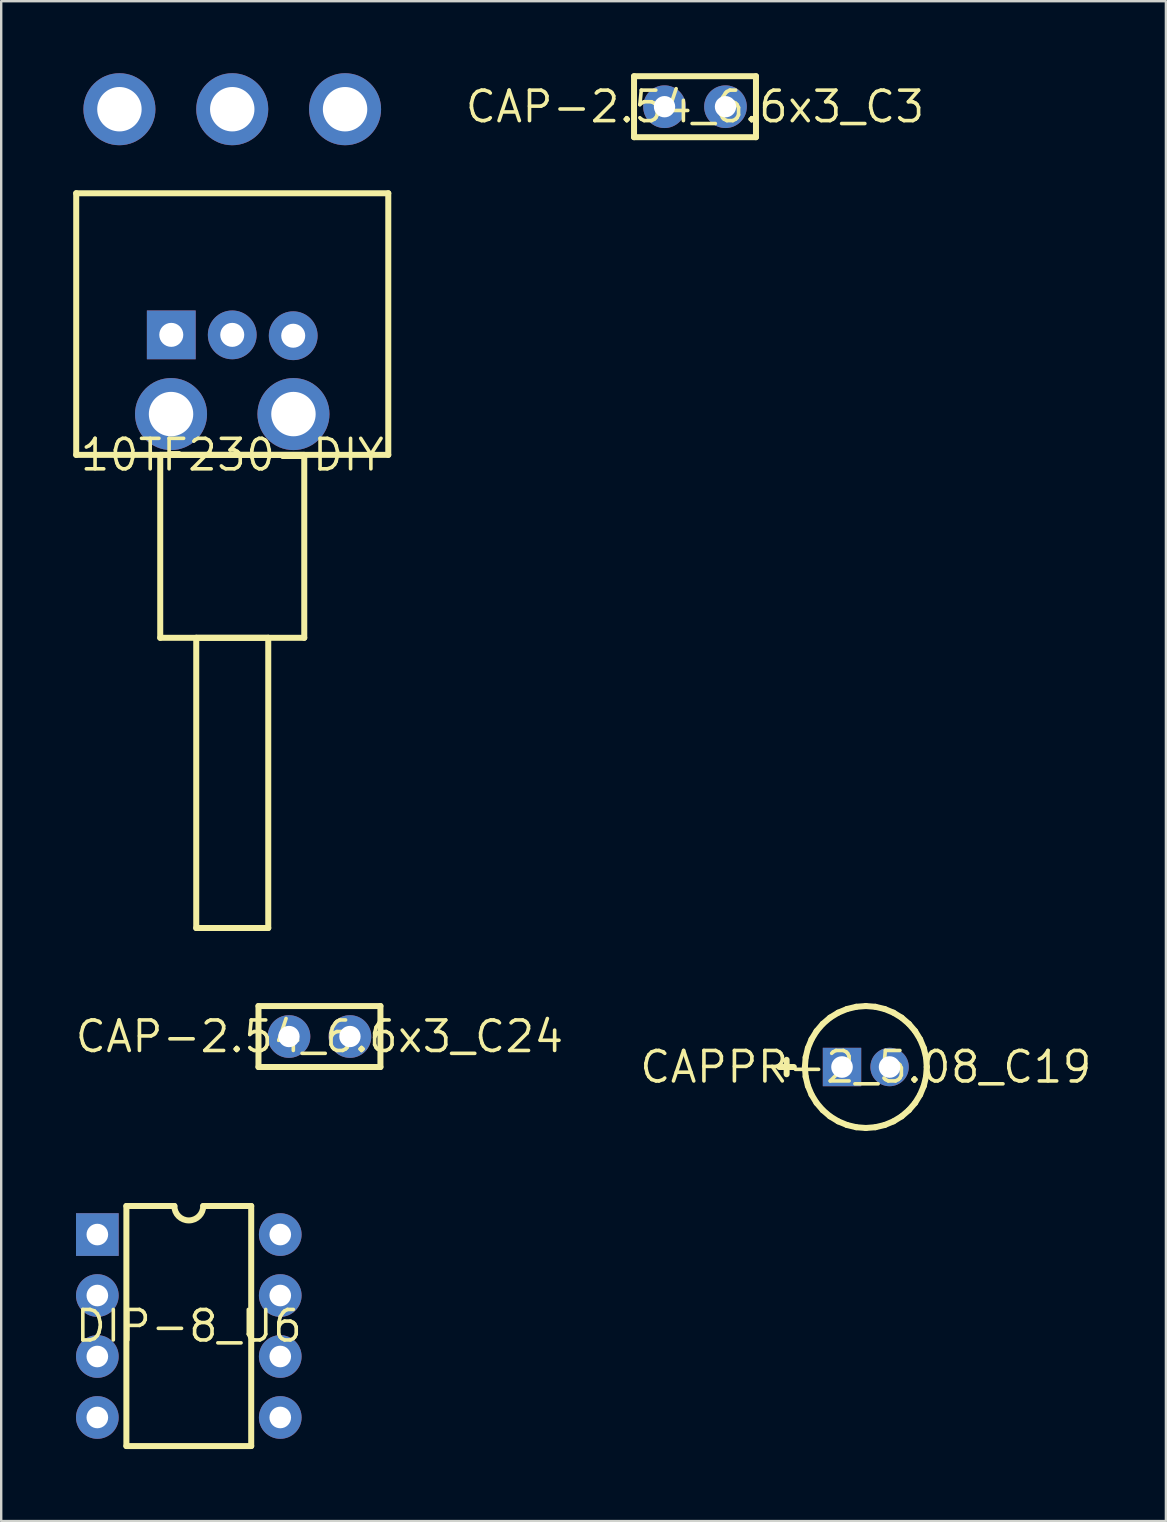
<source format=kicad_pcb>
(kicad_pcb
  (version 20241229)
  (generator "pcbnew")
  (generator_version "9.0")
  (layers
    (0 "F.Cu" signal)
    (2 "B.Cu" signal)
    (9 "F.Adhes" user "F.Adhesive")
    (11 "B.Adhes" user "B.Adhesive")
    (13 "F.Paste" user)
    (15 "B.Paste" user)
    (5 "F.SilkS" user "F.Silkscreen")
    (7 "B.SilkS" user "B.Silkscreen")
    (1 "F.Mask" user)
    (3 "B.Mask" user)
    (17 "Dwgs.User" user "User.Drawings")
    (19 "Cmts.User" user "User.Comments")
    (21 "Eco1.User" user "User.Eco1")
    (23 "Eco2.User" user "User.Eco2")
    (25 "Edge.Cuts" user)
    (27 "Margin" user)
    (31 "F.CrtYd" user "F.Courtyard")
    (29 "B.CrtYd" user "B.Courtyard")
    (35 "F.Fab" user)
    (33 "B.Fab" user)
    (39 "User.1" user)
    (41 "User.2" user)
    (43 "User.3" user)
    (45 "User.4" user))
  (footprint "CAP-2.54_6.6x3_C3"
    (layer "F.Cu")
    (at 25.903 1.395)
    (property "Reference" "CAP-2.54_6.6x3_C3" (at 0 0 0) (layer "F.SilkS") (effects (font (size 1.27 1.27) (thickness 0.15))))
    (fp_line (start -2.54 -1.27) (end 2.54 -1.27) (stroke (width 0.25) (type solid)) (layer "F.SilkS"))
    (fp_line (start -2.54 1.27) (end -2.54 -1.27) (stroke (width 0.25) (type solid)) (layer "F.SilkS"))
    (fp_line (start 2.54 -1.27) (end 2.54 1.27) (stroke (width 0.25) (type solid)) (layer "F.SilkS"))
    (fp_line (start 2.54 1.27) (end -2.54 1.27) (stroke (width 0.25) (type solid)) (layer "F.SilkS"))
    (pad "1" thru_hole circle (at -1.27 0) (size 1.778 1.778) (drill 0.889) (layers "*.Cu" "*.Mask"))
    (pad "2" thru_hole circle (at 1.27 0) (size 1.778 1.778) (drill 0.889) (layers "*.Cu" "*.Mask")))
  (footprint "CAPPR-2_5.08_C19"
    (layer "F.Cu")
    (at 33.018 41.4)
    (property "Reference" "CAPPR-2_5.08_C19" (at 0 0 0) (layer "F.SilkS") (effects (font (size 1.27 1.27) (thickness 0.15))))
    (fp_line (start -3.599 0) (end -2.998 0) (stroke (width 0.25) (type solid)) (layer "F.SilkS"))
    (fp_line (start -3.298 0.3) (end -3.298 -0.3) (stroke (width 0.25) (type solid)) (layer "F.SilkS"))
    (fp_line (start -2.537 -0.002) (end -2.537 0.002) (stroke (width 0.25) (type solid)) (layer "F.SilkS"))
    (fp_line (start -2.537 0.002) (end -2.506 0.399) (stroke (width 0.25) (type solid)) (layer "F.SilkS"))
    (fp_line (start -2.506 -0.399) (end -2.537 -0.002) (stroke (width 0.25) (type solid)) (layer "F.SilkS"))
    (fp_line (start -2.506 0.399) (end -2.413 0.786) (stroke (width 0.25) (type solid)) (layer "F.SilkS"))
    (fp_line (start -2.413 -0.786) (end -2.506 -0.399) (stroke (width 0.25) (type solid)) (layer "F.SilkS"))
    (fp_line (start -2.413 0.786) (end -2.26 1.154) (stroke (width 0.25) (type solid)) (layer "F.SilkS"))
    (fp_line (start -2.26 -1.154) (end -2.413 -0.786) (stroke (width 0.25) (type solid)) (layer "F.SilkS"))
    (fp_line (start -2.26 1.154) (end -2.052 1.494) (stroke (width 0.25) (type solid)) (layer "F.SilkS"))
    (fp_line (start -2.052 -1.494) (end -2.26 -1.154) (stroke (width 0.25) (type solid)) (layer "F.SilkS"))
    (fp_line (start -2.052 1.494) (end -1.794 1.796) (stroke (width 0.25) (type solid)) (layer "F.SilkS"))
    (fp_line (start -1.794 -1.796) (end -2.052 -1.494) (stroke (width 0.25) (type solid)) (layer "F.SilkS"))
    (fp_line (start -1.794 1.796) (end -1.491 2.055) (stroke (width 0.25) (type solid)) (layer "F.SilkS"))
    (fp_line (start -1.491 -2.055) (end -1.794 -1.796) (stroke (width 0.25) (type solid)) (layer "F.SilkS"))
    (fp_line (start -1.491 2.055) (end -1.151 2.263) (stroke (width 0.25) (type solid)) (layer "F.SilkS"))
    (fp_line (start -1.151 -2.263) (end -1.491 -2.055) (stroke (width 0.25) (type solid)) (layer "F.SilkS"))
    (fp_line (start -1.151 2.263) (end -0.783 2.416) (stroke (width 0.25) (type solid)) (layer "F.SilkS"))
    (fp_line (start -0.783 -2.416) (end -1.151 -2.263) (stroke (width 0.25) (type solid)) (layer "F.SilkS"))
    (fp_line (start -0.783 2.416) (end -0.396 2.509) (stroke (width 0.25) (type solid)) (layer "F.SilkS"))
    (fp_line (start -0.396 -2.509) (end -0.783 -2.416) (stroke (width 0.25) (type solid)) (layer "F.SilkS"))
    (fp_line (start -0.396 2.509) (end 0.001 2.54) (stroke (width 0.25) (type solid)) (layer "F.SilkS"))
    (fp_line (start 0.001 -2.54) (end -0.396 -2.509) (stroke (width 0.25) (type solid)) (layer "F.SilkS"))
    (fp_line (start 0.001 2.54) (end 0.398 2.509) (stroke (width 0.25) (type solid)) (layer "F.SilkS"))
    (fp_line (start 0.398 -2.509) (end 0.001 -2.54) (stroke (width 0.25) (type solid)) (layer "F.SilkS"))
    (fp_line (start 0.398 2.509) (end 0.786 2.416) (stroke (width 0.25) (type solid)) (layer "F.SilkS"))
    (fp_line (start 0.786 -2.416) (end 0.398 -2.509) (stroke (width 0.25) (type solid)) (layer "F.SilkS"))
    (fp_line (start 0.786 2.416) (end 1.154 2.263) (stroke (width 0.25) (type solid)) (layer "F.SilkS"))
    (fp_line (start 1.154 -2.263) (end 0.786 -2.416) (stroke (width 0.25) (type solid)) (layer "F.SilkS"))
    (fp_line (start 1.154 2.263) (end 1.493 2.055) (stroke (width 0.25) (type solid)) (layer "F.SilkS"))
    (fp_line (start 1.493 -2.055) (end 1.154 -2.263) (stroke (width 0.25) (type solid)) (layer "F.SilkS"))
    (fp_line (start 1.493 2.055) (end 1.796 1.796) (stroke (width 0.25) (type solid)) (layer "F.SilkS"))
    (fp_line (start 1.796 -1.796) (end 1.493 -2.055) (stroke (width 0.25) (type solid)) (layer "F.SilkS"))
    (fp_line (start 1.796 1.796) (end 2.055 1.494) (stroke (width 0.25) (type solid)) (layer "F.SilkS"))
    (fp_line (start 2.055 -1.494) (end 1.796 -1.796) (stroke (width 0.25) (type solid)) (layer "F.SilkS"))
    (fp_line (start 2.055 1.494) (end 2.263 1.154) (stroke (width 0.25) (type solid)) (layer "F.SilkS"))
    (fp_line (start 2.263 -1.154) (end 2.055 -1.494) (stroke (width 0.25) (type solid)) (layer "F.SilkS"))
    (fp_line (start 2.263 1.154) (end 2.416 0.786) (stroke (width 0.25) (type solid)) (layer "F.SilkS"))
    (fp_line (start 2.416 -0.786) (end 2.263 -1.154) (stroke (width 0.25) (type solid)) (layer "F.SilkS"))
    (fp_line (start 2.416 0.786) (end 2.509 0.399) (stroke (width 0.25) (type solid)) (layer "F.SilkS"))
    (fp_line (start 2.509 -0.399) (end 2.416 -0.786) (stroke (width 0.25) (type solid)) (layer "F.SilkS"))
    (fp_line (start 2.509 0.399) (end 2.54 0.002) (stroke (width 0.25) (type solid)) (layer "F.SilkS"))
    (fp_line (start 2.54 -0.002) (end 2.509 -0.399) (stroke (width 0.25) (type solid)) (layer "F.SilkS"))
    (fp_line (start 2.54 0.002) (end 2.54 -0.002) (stroke (width 0.25) (type solid)) (layer "F.SilkS"))
    (pad "1" thru_hole rect (at -0.991 0) (size 1.6 1.6) (drill 0.9) (layers "*.Cu" "*.Mask"))
    (pad "2" thru_hole circle (at 0.991 0) (size 1.6 1.6) (drill 0.9) (layers "*.Cu" "*.Mask")))
  (footprint "DIP-8_U6"
    (layer "F.Cu")
    (at 4.815 52.19)
    (property "Reference" "DIP-8_U6" (at 0 0 0) (layer "F.SilkS") (effects (font (size 1.27 1.27) (thickness 0.15))))
    (fp_line (start -2.6 -5) (end -2.6 5) (stroke (width 0.25) (type solid)) (layer "F.SilkS"))
    (fp_line (start -2.6 -5) (end -0.601 -5) (stroke (width 0.25) (type solid)) (layer "F.SilkS"))
    (fp_line (start -2.6 5) (end 2.6 5) (stroke (width 0.25) (type solid)) (layer "F.SilkS"))
    (fp_line (start 2.6 -5) (end 0.601 -5) (stroke (width 0.25) (type solid)) (layer "F.SilkS"))
    (fp_line (start 2.6 -5) (end 2.6 5) (stroke (width 0.25) (type solid)) (layer "F.SilkS"))
    (fp_arc (start 0.601 -4.999998) (mid -0.000001 -4.399532) (end -0.601 -5) (stroke (width 0.25) (type solid)) (layer "F.SilkS"))
    (pad "1" thru_hole rect (at -3.81 -3.81 90) (size 1.778 1.778) (drill 0.9) (layers "*.Cu" "*.Mask"))
    (pad "2" thru_hole circle (at -3.81 -1.27 90) (size 1.778 1.778) (drill 0.9) (layers "*.Cu" "*.Mask"))
    (pad "3" thru_hole circle (at -3.81 1.27 90) (size 1.778 1.778) (drill 0.9) (layers "*.Cu" "*.Mask"))
    (pad "4" thru_hole circle (at -3.81 3.81 90) (size 1.778 1.778) (drill 0.9) (layers "*.Cu" "*.Mask"))
    (pad "5" thru_hole circle (at 3.81 3.81 90) (size 1.778 1.778) (drill 0.9) (layers "*.Cu" "*.Mask"))
    (pad "6" thru_hole circle (at 3.81 1.27 90) (size 1.778 1.778) (drill 0.9) (layers "*.Cu" "*.Mask"))
    (pad "7" thru_hole circle (at 3.81 -1.27 90) (size 1.778 1.778) (drill 0.9) (layers "*.Cu" "*.Mask"))
    (pad "8" thru_hole circle (at 3.81 -3.81 90) (size 1.778 1.778) (drill 0.9) (layers "*.Cu" "*.Mask")))
  (footprint "CAP-2.54_6.6x3_C24"
    (layer "F.Cu")
    (at 10.258 40.13)
    (property "Reference" "CAP-2.54_6.6x3_C24" (at 0 0 0) (layer "F.SilkS") (effects (font (size 1.27 1.27) (thickness 0.15))))
    (fp_line (start -2.54 -1.27) (end 2.54 -1.27) (stroke (width 0.25) (type solid)) (layer "F.SilkS"))
    (fp_line (start -2.54 1.27) (end -2.54 -1.27) (stroke (width 0.25) (type solid)) (layer "F.SilkS"))
    (fp_line (start 2.54 -1.27) (end 2.54 1.27) (stroke (width 0.25) (type solid)) (layer "F.SilkS"))
    (fp_line (start 2.54 1.27) (end -2.54 1.27) (stroke (width 0.25) (type solid)) (layer "F.SilkS"))
    (pad "1" thru_hole circle (at -1.27 0) (size 1.778 1.778) (drill 0.889) (layers "*.Cu" "*.Mask"))
    (pad "2" thru_hole circle (at 1.27 0) (size 1.778 1.778) (drill 0.889) (layers "*.Cu" "*.Mask")))
  (footprint "10TF230-DIY"
    (layer "F.Cu")
    (at 6.625 15.9)
    (property "Reference" "10TF230-DIY" (at 0 0 0) (layer "F.SilkS") (effects (font (size 1.27 1.27) (thickness 0.15))))
    (fp_line (start -6.5 -10.9) (end 6.5 -10.9) (stroke (width 0.25) (type solid)) (layer "F.SilkS"))
    (fp_line (start -6.5 0) (end -6.5 -10.9) (stroke (width 0.25) (type solid)) (layer "F.SilkS"))
    (fp_line (start -3 0) (end 3 0) (stroke (width 0.25) (type solid)) (layer "F.SilkS"))
    (fp_line (start -3 7.62) (end -3 0) (stroke (width 0.25) (type solid)) (layer "F.SilkS"))
    (fp_line (start -1.5 7.62) (end 1.5 7.62) (stroke (width 0.25) (type solid)) (layer "F.SilkS"))
    (fp_line (start -1.5 19.71) (end -1.5 7.62) (stroke (width 0.25) (type solid)) (layer "F.SilkS"))
    (fp_line (start 1.5 7.62) (end 1.5 19.71) (stroke (width 0.25) (type solid)) (layer "F.SilkS"))
    (fp_line (start 1.5 19.71) (end -1.5 19.71) (stroke (width 0.25) (type solid)) (layer "F.SilkS"))
    (fp_line (start 3 0) (end 3 7.62) (stroke (width 0.25) (type solid)) (layer "F.SilkS"))
    (fp_line (start 3 7.62) (end -3 7.62) (stroke (width 0.25) (type solid)) (layer "F.SilkS"))
    (fp_line (start 6.5 -10.9) (end 6.5 0) (stroke (width 0.25) (type solid)) (layer "F.SilkS"))
    (fp_line (start 6.5 0) (end -6.5 0) (stroke (width 0.25) (type solid)) (layer "F.SilkS"))
    (pad "1" thru_hole circle (at -4.7 -14.4) (size 3 3) (drill 1.85) (layers "*.Cu" "*.Mask"))
    (pad "1B" thru_hole rect (at -2.54 -5) (size 2.032 2.032) (drill 1) (layers "*.Cu" "*.Mask"))
    (pad "2" thru_hole circle (at 0 -14.4) (size 3 3) (drill 1.85) (layers "*.Cu" "*.Mask"))
    (pad "2B" thru_hole circle (at 0 -5) (size 2.032 2.032) (drill 1) (layers "*.Cu" "*.Mask"))
    (pad "3" thru_hole circle (at 4.7 -14.4) (size 3 3) (drill 1.85) (layers "*.Cu" "*.Mask"))
    (pad "3B" thru_hole circle (at 2.54 -4.964) (size 2.032 2.032) (drill 1) (layers "*.Cu" "*.Mask"))
    (pad "A" thru_hole circle (at -2.55 -1.7) (size 3 3) (drill 1.85) (layers "*.Cu" "*.Mask"))
    (pad "B" thru_hole circle (at 2.55 -1.7) (size 3 3) (drill 1.85) (layers "*.Cu" "*.Mask")))
  (gr_rect
    (start -3 -3)
    (end 45.52 60.315)
    (stroke (width 0.1) (type default))
    (fill no)
    (layer "Edge.Cuts")))
</source>
